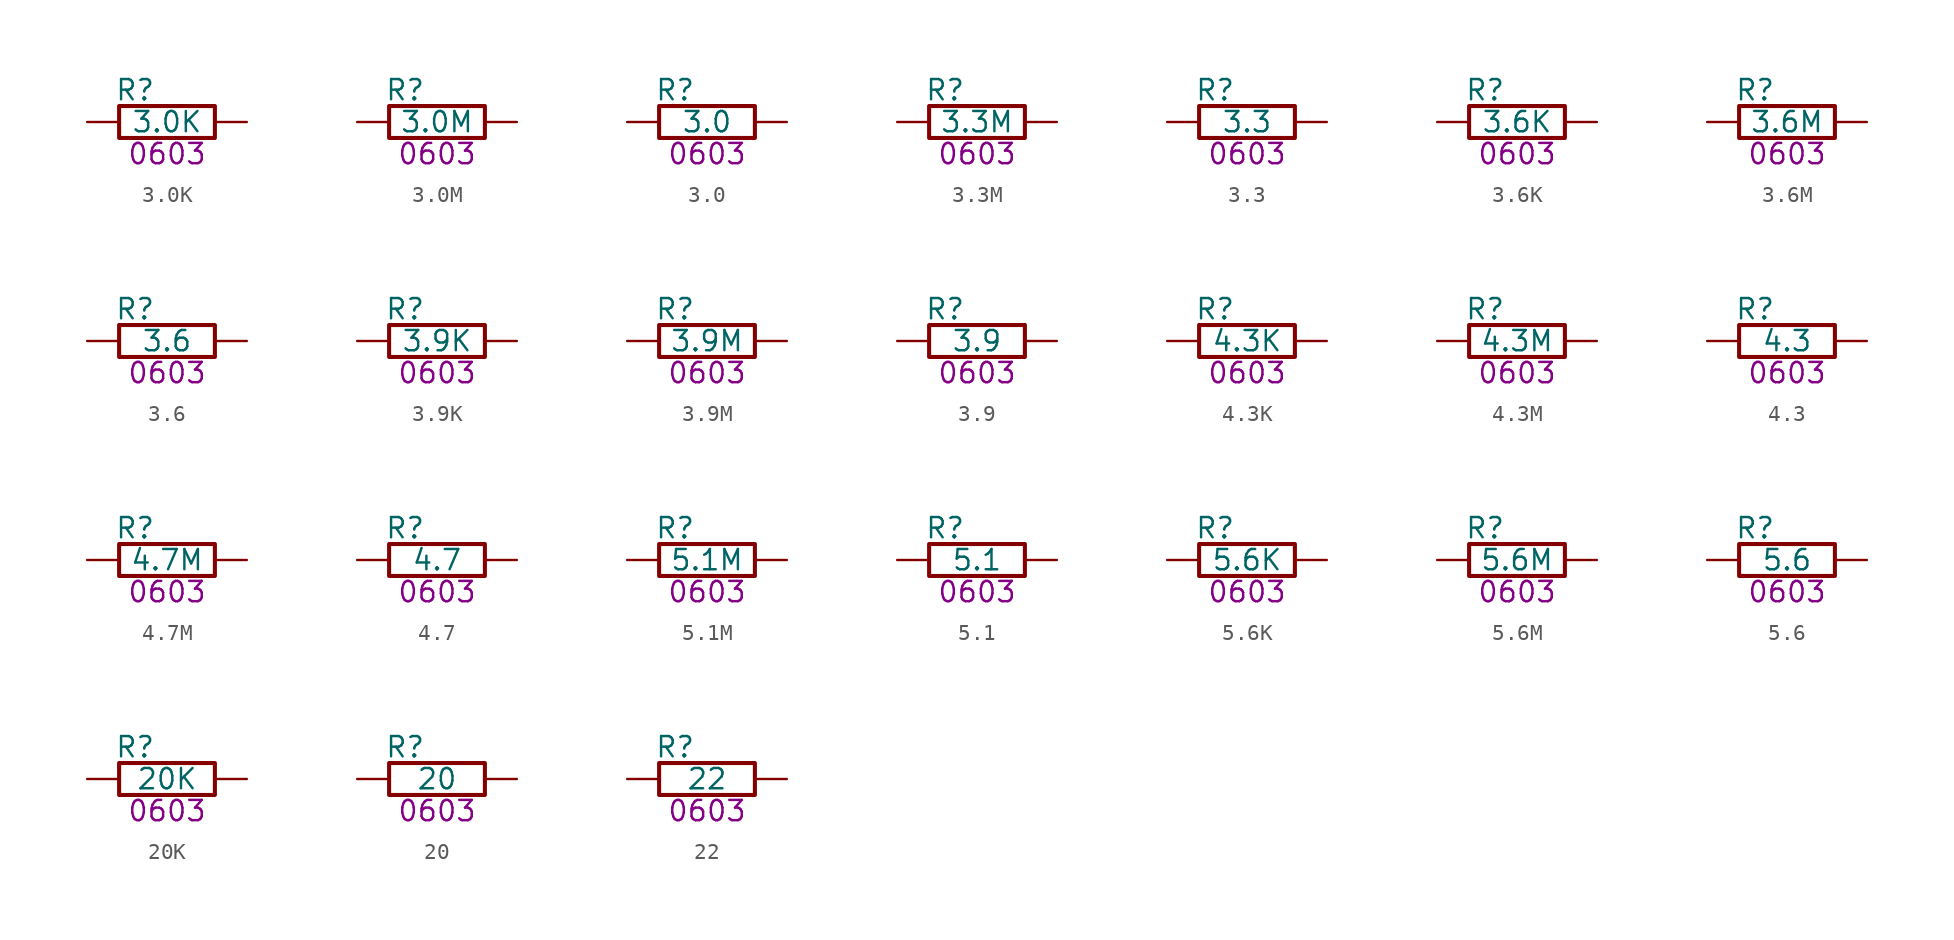
<source format=kicad_sym>
(kicad_symbol_lib
  (version 20211014)
  (generator kicad_symbol_editor)
  (symbol "3.0K"
    (pin_numbers hide)
    (pin_names hide)
    (property "Reference" "R"
      (at -2 1 0)
      (effects (font (size 1.27 1.27))))
    (property "Value" "3.0K"
      (at 0 -1 0)
      (effects (font (size 1.27 1.27))))
    (property "Size" "0603"
      (at 0 -3 0)
      (effects (font (size 1.27 1.27))))
    (symbol "3.0K_0_1"
      (rectangle (start -3 0) (end 3 -2) (stroke (width 0.254) (type default) (color 0 0 0 0)) (fill (type none))))
    (symbol "3.0K_1_1"
      (pin passive line (at -5 -1 0) (length 2) (name "~" (effects (font (size 1.27 1.27)))) (number "1" (effects (font (size 1.27 1.27)))))
      (pin passive line (at 5 -1 180) (length 2) (name "~" (effects (font (size 1.27 1.27)))) (number "2" (effects (font (size 1.27 1.27)))))))
  (symbol "3.0M"
    (pin_numbers hide)
    (pin_names hide)
    (property "Reference" "R"
      (at -2 1 0)
      (effects (font (size 1.27 1.27))))
    (property "Value" "3.0M"
      (at 0 -1 0)
      (effects (font (size 1.27 1.27))))
    (property "Size" "0603"
      (at 0 -3 0)
      (effects (font (size 1.27 1.27))))
    (symbol "3.0M_0_1"
      (rectangle (start -3 0) (end 3 -2) (stroke (width 0.254) (type default) (color 0 0 0 0)) (fill (type none))))
    (symbol "3.0M_1_1"
      (pin passive line (at -5 -1 0) (length 2) (name "~" (effects (font (size 1.27 1.27)))) (number "1" (effects (font (size 1.27 1.27)))))
      (pin passive line (at 5 -1 180) (length 2) (name "~" (effects (font (size 1.27 1.27)))) (number "2" (effects (font (size 1.27 1.27)))))))
  (symbol "3.0"
    (pin_numbers hide)
    (pin_names hide)
    (property "Reference" "R"
      (at -2 1 0)
      (effects (font (size 1.27 1.27))))
    (property "Value" "3.0"
      (at 0 -1 0)
      (effects (font (size 1.27 1.27))))
    (property "Size" "0603"
      (at 0 -3 0)
      (effects (font (size 1.27 1.27))))
    (symbol "3.0_0_1"
      (rectangle (start -3 0) (end 3 -2) (stroke (width 0.254) (type default) (color 0 0 0 0)) (fill (type none))))
    (symbol "3.0_1_1"
      (pin passive line (at -5 -1 0) (length 2) (name "~" (effects (font (size 1.27 1.27)))) (number "1" (effects (font (size 1.27 1.27)))))
      (pin passive line (at 5 -1 180) (length 2) (name "~" (effects (font (size 1.27 1.27)))) (number "2" (effects (font (size 1.27 1.27)))))))
  (symbol "3.3M"
    (pin_numbers hide)
    (pin_names hide)
    (property "Reference" "R"
      (at -2 1 0)
      (effects (font (size 1.27 1.27))))
    (property "Value" "3.3M"
      (at 0 -1 0)
      (effects (font (size 1.27 1.27))))
    (property "Size" "0603"
      (at 0 -3 0)
      (effects (font (size 1.27 1.27))))
    (symbol "3.3M_0_1"
      (rectangle (start -3 0) (end 3 -2) (stroke (width 0.254) (type default) (color 0 0 0 0)) (fill (type none))))
    (symbol "3.3M_1_1"
      (pin passive line (at -5 -1 0) (length 2) (name "~" (effects (font (size 1.27 1.27)))) (number "1" (effects (font (size 1.27 1.27)))))
      (pin passive line (at 5 -1 180) (length 2) (name "~" (effects (font (size 1.27 1.27)))) (number "2" (effects (font (size 1.27 1.27)))))))
  (symbol "3.3"
    (pin_numbers hide)
    (pin_names hide)
    (property "Reference" "R"
      (at -2 1 0)
      (effects (font (size 1.27 1.27))))
    (property "Value" "3.3"
      (at 0 -1 0)
      (effects (font (size 1.27 1.27))))
    (property "Size" "0603"
      (at 0 -3 0)
      (effects (font (size 1.27 1.27))))
    (symbol "3.3_0_1"
      (rectangle (start -3 0) (end 3 -2) (stroke (width 0.254) (type default) (color 0 0 0 0)) (fill (type none))))
    (symbol "3.3_1_1"
      (pin passive line (at -5 -1 0) (length 2) (name "~" (effects (font (size 1.27 1.27)))) (number "1" (effects (font (size 1.27 1.27)))))
      (pin passive line (at 5 -1 180) (length 2) (name "~" (effects (font (size 1.27 1.27)))) (number "2" (effects (font (size 1.27 1.27)))))))
  (symbol "3.6K"
    (pin_numbers hide)
    (pin_names hide)
    (property "Reference" "R"
      (at -2 1 0)
      (effects (font (size 1.27 1.27))))
    (property "Value" "3.6K"
      (at 0 -1 0)
      (effects (font (size 1.27 1.27))))
    (property "Size" "0603"
      (at 0 -3 0)
      (effects (font (size 1.27 1.27))))
    (symbol "3.6K_0_1"
      (rectangle (start -3 0) (end 3 -2) (stroke (width 0.254) (type default) (color 0 0 0 0)) (fill (type none))))
    (symbol "3.6K_1_1"
      (pin passive line (at -5 -1 0) (length 2) (name "~" (effects (font (size 1.27 1.27)))) (number "1" (effects (font (size 1.27 1.27)))))
      (pin passive line (at 5 -1 180) (length 2) (name "~" (effects (font (size 1.27 1.27)))) (number "2" (effects (font (size 1.27 1.27)))))))
  (symbol "3.6M"
    (pin_numbers hide)
    (pin_names hide)
    (property "Reference" "R"
      (at -2 1 0)
      (effects (font (size 1.27 1.27))))
    (property "Value" "3.6M"
      (at 0 -1 0)
      (effects (font (size 1.27 1.27))))
    (property "Size" "0603"
      (at 0 -3 0)
      (effects (font (size 1.27 1.27))))
    (symbol "3.6M_0_1"
      (rectangle (start -3 0) (end 3 -2) (stroke (width 0.254) (type default) (color 0 0 0 0)) (fill (type none))))
    (symbol "3.6M_1_1"
      (pin passive line (at -5 -1 0) (length 2) (name "~" (effects (font (size 1.27 1.27)))) (number "1" (effects (font (size 1.27 1.27)))))
      (pin passive line (at 5 -1 180) (length 2) (name "~" (effects (font (size 1.27 1.27)))) (number "2" (effects (font (size 1.27 1.27)))))))
  (symbol "3.6"
    (pin_numbers hide)
    (pin_names hide)
    (property "Reference" "R"
      (at -2 1 0)
      (effects (font (size 1.27 1.27))))
    (property "Value" "3.6"
      (at 0 -1 0)
      (effects (font (size 1.27 1.27))))
    (property "Size" "0603"
      (at 0 -3 0)
      (effects (font (size 1.27 1.27))))
    (symbol "3.6_0_1"
      (rectangle (start -3 0) (end 3 -2) (stroke (width 0.254) (type default) (color 0 0 0 0)) (fill (type none))))
    (symbol "3.6_1_1"
      (pin passive line (at -5 -1 0) (length 2) (name "~" (effects (font (size 1.27 1.27)))) (number "1" (effects (font (size 1.27 1.27)))))
      (pin passive line (at 5 -1 180) (length 2) (name "~" (effects (font (size 1.27 1.27)))) (number "2" (effects (font (size 1.27 1.27)))))))
  (symbol "3.9K"
    (pin_numbers hide)
    (pin_names hide)
    (property "Reference" "R"
      (at -2 1 0)
      (effects (font (size 1.27 1.27))))
    (property "Value" "3.9K"
      (at 0 -1 0)
      (effects (font (size 1.27 1.27))))
    (property "Size" "0603"
      (at 0 -3 0)
      (effects (font (size 1.27 1.27))))
    (symbol "3.9K_0_1"
      (rectangle (start -3 0) (end 3 -2) (stroke (width 0.254) (type default) (color 0 0 0 0)) (fill (type none))))
    (symbol "3.9K_1_1"
      (pin passive line (at -5 -1 0) (length 2) (name "~" (effects (font (size 1.27 1.27)))) (number "1" (effects (font (size 1.27 1.27)))))
      (pin passive line (at 5 -1 180) (length 2) (name "~" (effects (font (size 1.27 1.27)))) (number "2" (effects (font (size 1.27 1.27)))))))
  (symbol "3.9M"
    (pin_numbers hide)
    (pin_names hide)
    (property "Reference" "R"
      (at -2 1 0)
      (effects (font (size 1.27 1.27))))
    (property "Value" "3.9M"
      (at 0 -1 0)
      (effects (font (size 1.27 1.27))))
    (property "Size" "0603"
      (at 0 -3 0)
      (effects (font (size 1.27 1.27))))
    (symbol "3.9M_0_1"
      (rectangle (start -3 0) (end 3 -2) (stroke (width 0.254) (type default) (color 0 0 0 0)) (fill (type none))))
    (symbol "3.9M_1_1"
      (pin passive line (at -5 -1 0) (length 2) (name "~" (effects (font (size 1.27 1.27)))) (number "1" (effects (font (size 1.27 1.27)))))
      (pin passive line (at 5 -1 180) (length 2) (name "~" (effects (font (size 1.27 1.27)))) (number "2" (effects (font (size 1.27 1.27)))))))
  (symbol "3.9"
    (pin_numbers hide)
    (pin_names hide)
    (property "Reference" "R"
      (at -2 1 0)
      (effects (font (size 1.27 1.27))))
    (property "Value" "3.9"
      (at 0 -1 0)
      (effects (font (size 1.27 1.27))))
    (property "Size" "0603"
      (at 0 -3 0)
      (effects (font (size 1.27 1.27))))
    (symbol "3.9_0_1"
      (rectangle (start -3 0) (end 3 -2) (stroke (width 0.254) (type default) (color 0 0 0 0)) (fill (type none))))
    (symbol "3.9_1_1"
      (pin passive line (at -5 -1 0) (length 2) (name "~" (effects (font (size 1.27 1.27)))) (number "1" (effects (font (size 1.27 1.27)))))
      (pin passive line (at 5 -1 180) (length 2) (name "~" (effects (font (size 1.27 1.27)))) (number "2" (effects (font (size 1.27 1.27)))))))
  (symbol "4.3K"
    (pin_numbers hide)
    (pin_names hide)
    (property "Reference" "R"
      (at -2 1 0)
      (effects (font (size 1.27 1.27))))
    (property "Value" "4.3K"
      (at 0 -1 0)
      (effects (font (size 1.27 1.27))))
    (property "Size" "0603"
      (at 0 -3 0)
      (effects (font (size 1.27 1.27))))
    (symbol "4.3K_0_1"
      (rectangle (start -3 0) (end 3 -2) (stroke (width 0.254) (type default) (color 0 0 0 0)) (fill (type none))))
    (symbol "4.3K_1_1"
      (pin passive line (at -5 -1 0) (length 2) (name "~" (effects (font (size 1.27 1.27)))) (number "1" (effects (font (size 1.27 1.27)))))
      (pin passive line (at 5 -1 180) (length 2) (name "~" (effects (font (size 1.27 1.27)))) (number "2" (effects (font (size 1.27 1.27)))))))
  (symbol "4.3M"
    (pin_numbers hide)
    (pin_names hide)
    (property "Reference" "R"
      (at -2 1 0)
      (effects (font (size 1.27 1.27))))
    (property "Value" "4.3M"
      (at 0 -1 0)
      (effects (font (size 1.27 1.27))))
    (property "Size" "0603"
      (at 0 -3 0)
      (effects (font (size 1.27 1.27))))
    (symbol "4.3M_0_1"
      (rectangle (start -3 0) (end 3 -2) (stroke (width 0.254) (type default) (color 0 0 0 0)) (fill (type none))))
    (symbol "4.3M_1_1"
      (pin passive line (at -5 -1 0) (length 2) (name "~" (effects (font (size 1.27 1.27)))) (number "1" (effects (font (size 1.27 1.27)))))
      (pin passive line (at 5 -1 180) (length 2) (name "~" (effects (font (size 1.27 1.27)))) (number "2" (effects (font (size 1.27 1.27)))))))
  (symbol "4.3"
    (pin_numbers hide)
    (pin_names hide)
    (property "Reference" "R"
      (at -2 1 0)
      (effects (font (size 1.27 1.27))))
    (property "Value" "4.3"
      (at 0 -1 0)
      (effects (font (size 1.27 1.27))))
    (property "Size" "0603"
      (at 0 -3 0)
      (effects (font (size 1.27 1.27))))
    (symbol "4.3_0_1"
      (rectangle (start -3 0) (end 3 -2) (stroke (width 0.254) (type default) (color 0 0 0 0)) (fill (type none))))
    (symbol "4.3_1_1"
      (pin passive line (at -5 -1 0) (length 2) (name "~" (effects (font (size 1.27 1.27)))) (number "1" (effects (font (size 1.27 1.27)))))
      (pin passive line (at 5 -1 180) (length 2) (name "~" (effects (font (size 1.27 1.27)))) (number "2" (effects (font (size 1.27 1.27)))))))
  (symbol "4.7M"
    (pin_numbers hide)
    (pin_names hide)
    (property "Reference" "R"
      (at -2 1 0)
      (effects (font (size 1.27 1.27))))
    (property "Value" "4.7M"
      (at 0 -1 0)
      (effects (font (size 1.27 1.27))))
    (property "Size" "0603"
      (at 0 -3 0)
      (effects (font (size 1.27 1.27))))
    (symbol "4.7M_0_1"
      (rectangle (start -3 0) (end 3 -2) (stroke (width 0.254) (type default) (color 0 0 0 0)) (fill (type none))))
    (symbol "4.7M_1_1"
      (pin passive line (at -5 -1 0) (length 2) (name "~" (effects (font (size 1.27 1.27)))) (number "1" (effects (font (size 1.27 1.27)))))
      (pin passive line (at 5 -1 180) (length 2) (name "~" (effects (font (size 1.27 1.27)))) (number "2" (effects (font (size 1.27 1.27)))))))
  (symbol "4.7"
    (pin_numbers hide)
    (pin_names hide)
    (property "Reference" "R"
      (at -2 1 0)
      (effects (font (size 1.27 1.27))))
    (property "Value" "4.7"
      (at 0 -1 0)
      (effects (font (size 1.27 1.27))))
    (property "Size" "0603"
      (at 0 -3 0)
      (effects (font (size 1.27 1.27))))
    (symbol "4.7_0_1"
      (rectangle (start -3 0) (end 3 -2) (stroke (width 0.254) (type default) (color 0 0 0 0)) (fill (type none))))
    (symbol "4.7_1_1"
      (pin passive line (at -5 -1 0) (length 2) (name "~" (effects (font (size 1.27 1.27)))) (number "1" (effects (font (size 1.27 1.27)))))
      (pin passive line (at 5 -1 180) (length 2) (name "~" (effects (font (size 1.27 1.27)))) (number "2" (effects (font (size 1.27 1.27)))))))
  (symbol "5.1M"
    (pin_numbers hide)
    (pin_names hide)
    (property "Reference" "R"
      (at -2 1 0)
      (effects (font (size 1.27 1.27))))
    (property "Value" "5.1M"
      (at 0 -1 0)
      (effects (font (size 1.27 1.27))))
    (property "Size" "0603"
      (at 0 -3 0)
      (effects (font (size 1.27 1.27))))
    (symbol "5.1M_0_1"
      (rectangle (start -3 0) (end 3 -2) (stroke (width 0.254) (type default) (color 0 0 0 0)) (fill (type none))))
    (symbol "5.1M_1_1"
      (pin passive line (at -5 -1 0) (length 2) (name "~" (effects (font (size 1.27 1.27)))) (number "1" (effects (font (size 1.27 1.27)))))
      (pin passive line (at 5 -1 180) (length 2) (name "~" (effects (font (size 1.27 1.27)))) (number "2" (effects (font (size 1.27 1.27)))))))
  (symbol "5.1"
    (pin_numbers hide)
    (pin_names hide)
    (property "Reference" "R"
      (at -2 1 0)
      (effects (font (size 1.27 1.27))))
    (property "Value" "5.1"
      (at 0 -1 0)
      (effects (font (size 1.27 1.27))))
    (property "Size" "0603"
      (at 0 -3 0)
      (effects (font (size 1.27 1.27))))
    (symbol "5.1_0_1"
      (rectangle (start -3 0) (end 3 -2) (stroke (width 0.254) (type default) (color 0 0 0 0)) (fill (type none))))
    (symbol "5.1_1_1"
      (pin passive line (at -5 -1 0) (length 2) (name "~" (effects (font (size 1.27 1.27)))) (number "1" (effects (font (size 1.27 1.27)))))
      (pin passive line (at 5 -1 180) (length 2) (name "~" (effects (font (size 1.27 1.27)))) (number "2" (effects (font (size 1.27 1.27)))))))
  (symbol "5.6K"
    (pin_numbers hide)
    (pin_names hide)
    (property "Reference" "R"
      (at -2 1 0)
      (effects (font (size 1.27 1.27))))
    (property "Value" "5.6K"
      (at 0 -1 0)
      (effects (font (size 1.27 1.27))))
    (property "Size" "0603"
      (at 0 -3 0)
      (effects (font (size 1.27 1.27))))
    (symbol "5.6K_0_1"
      (rectangle (start -3 0) (end 3 -2) (stroke (width 0.254) (type default) (color 0 0 0 0)) (fill (type none))))
    (symbol "5.6K_1_1"
      (pin passive line (at -5 -1 0) (length 2) (name "~" (effects (font (size 1.27 1.27)))) (number "1" (effects (font (size 1.27 1.27)))))
      (pin passive line (at 5 -1 180) (length 2) (name "~" (effects (font (size 1.27 1.27)))) (number "2" (effects (font (size 1.27 1.27)))))))
  (symbol "5.6M"
    (pin_numbers hide)
    (pin_names hide)
    (property "Reference" "R"
      (at -2 1 0)
      (effects (font (size 1.27 1.27))))
    (property "Value" "5.6M"
      (at 0 -1 0)
      (effects (font (size 1.27 1.27))))
    (property "Size" "0603"
      (at 0 -3 0)
      (effects (font (size 1.27 1.27))))
    (symbol "5.6M_0_1"
      (rectangle (start -3 0) (end 3 -2) (stroke (width 0.254) (type default) (color 0 0 0 0)) (fill (type none))))
    (symbol "5.6M_1_1"
      (pin passive line (at -5 -1 0) (length 2) (name "~" (effects (font (size 1.27 1.27)))) (number "1" (effects (font (size 1.27 1.27)))))
      (pin passive line (at 5 -1 180) (length 2) (name "~" (effects (font (size 1.27 1.27)))) (number "2" (effects (font (size 1.27 1.27)))))))
  (symbol "5.6"
    (pin_numbers hide)
    (pin_names hide)
    (property "Reference" "R"
      (at -2 1 0)
      (effects (font (size 1.27 1.27))))
    (property "Value" "5.6"
      (at 0 -1 0)
      (effects (font (size 1.27 1.27))))
    (property "Size" "0603"
      (at 0 -3 0)
      (effects (font (size 1.27 1.27))))
    (symbol "5.6_0_1"
      (rectangle (start -3 0) (end 3 -2) (stroke (width 0.254) (type default) (color 0 0 0 0)) (fill (type none))))
    (symbol "5.6_1_1"
      (pin passive line (at -5 -1 0) (length 2) (name "~" (effects (font (size 1.27 1.27)))) (number "1" (effects (font (size 1.27 1.27)))))
      (pin passive line (at 5 -1 180) (length 2) (name "~" (effects (font (size 1.27 1.27)))) (number "2" (effects (font (size 1.27 1.27)))))))
  (symbol "20K"
    (pin_numbers hide)
    (pin_names hide)
    (property "Reference" "R"
      (at -2 1 0)
      (effects (font (size 1.27 1.27))))
    (property "Value" "20K"
      (at 0 -1 0)
      (effects (font (size 1.27 1.27))))
    (property "Size" "0603"
      (at 0 -3 0)
      (effects (font (size 1.27 1.27))))
    (symbol "20K_0_1"
      (rectangle (start -3 0) (end 3 -2) (stroke (width 0.254) (type default) (color 0 0 0 0)) (fill (type none))))
    (symbol "20K_1_1"
      (pin passive line (at -5 -1 0) (length 2) (name "~" (effects (font (size 1.27 1.27)))) (number "1" (effects (font (size 1.27 1.27)))))
      (pin passive line (at 5 -1 180) (length 2) (name "~" (effects (font (size 1.27 1.27)))) (number "2" (effects (font (size 1.27 1.27)))))))
  (symbol "20"
    (pin_numbers hide)
    (pin_names hide)
    (property "Reference" "R"
      (at -2 1 0)
      (effects (font (size 1.27 1.27))))
    (property "Value" "20"
      (at 0 -1 0)
      (effects (font (size 1.27 1.27))))
    (property "Size" "0603"
      (at 0 -3 0)
      (effects (font (size 1.27 1.27))))
    (symbol "20_0_1"
      (rectangle (start -3 0) (end 3 -2) (stroke (width 0.254) (type default) (color 0 0 0 0)) (fill (type none))))
    (symbol "20_1_1"
      (pin passive line (at -5 -1 0) (length 2) (name "~" (effects (font (size 1.27 1.27)))) (number "1" (effects (font (size 1.27 1.27)))))
      (pin passive line (at 5 -1 180) (length 2) (name "~" (effects (font (size 1.27 1.27)))) (number "2" (effects (font (size 1.27 1.27)))))))
  (symbol "22"
    (pin_numbers hide)
    (pin_names hide)
    (property "Reference" "R"
      (at -2 1 0)
      (effects (font (size 1.27 1.27))))
    (property "Value" "22"
      (at 0 -1 0)
      (effects (font (size 1.27 1.27))))
    (property "Size" "0603"
      (at 0 -3 0)
      (effects (font (size 1.27 1.27))))
    (symbol "22_0_1"
      (rectangle (start -3 0) (end 3 -2) (stroke (width 0.254) (type default) (color 0 0 0 0)) (fill (type none))))
    (symbol "22_1_1"
      (pin passive line (at -5 -1 0) (length 2) (name "~" (effects (font (size 1.27 1.27)))) (number "1" (effects (font (size 1.27 1.27)))))
      (pin passive line (at 5 -1 180) (length 2) (name "~" (effects (font (size 1.27 1.27)))) (number "2" (effects (font (size 1.27 1.27))))))))
</source>
